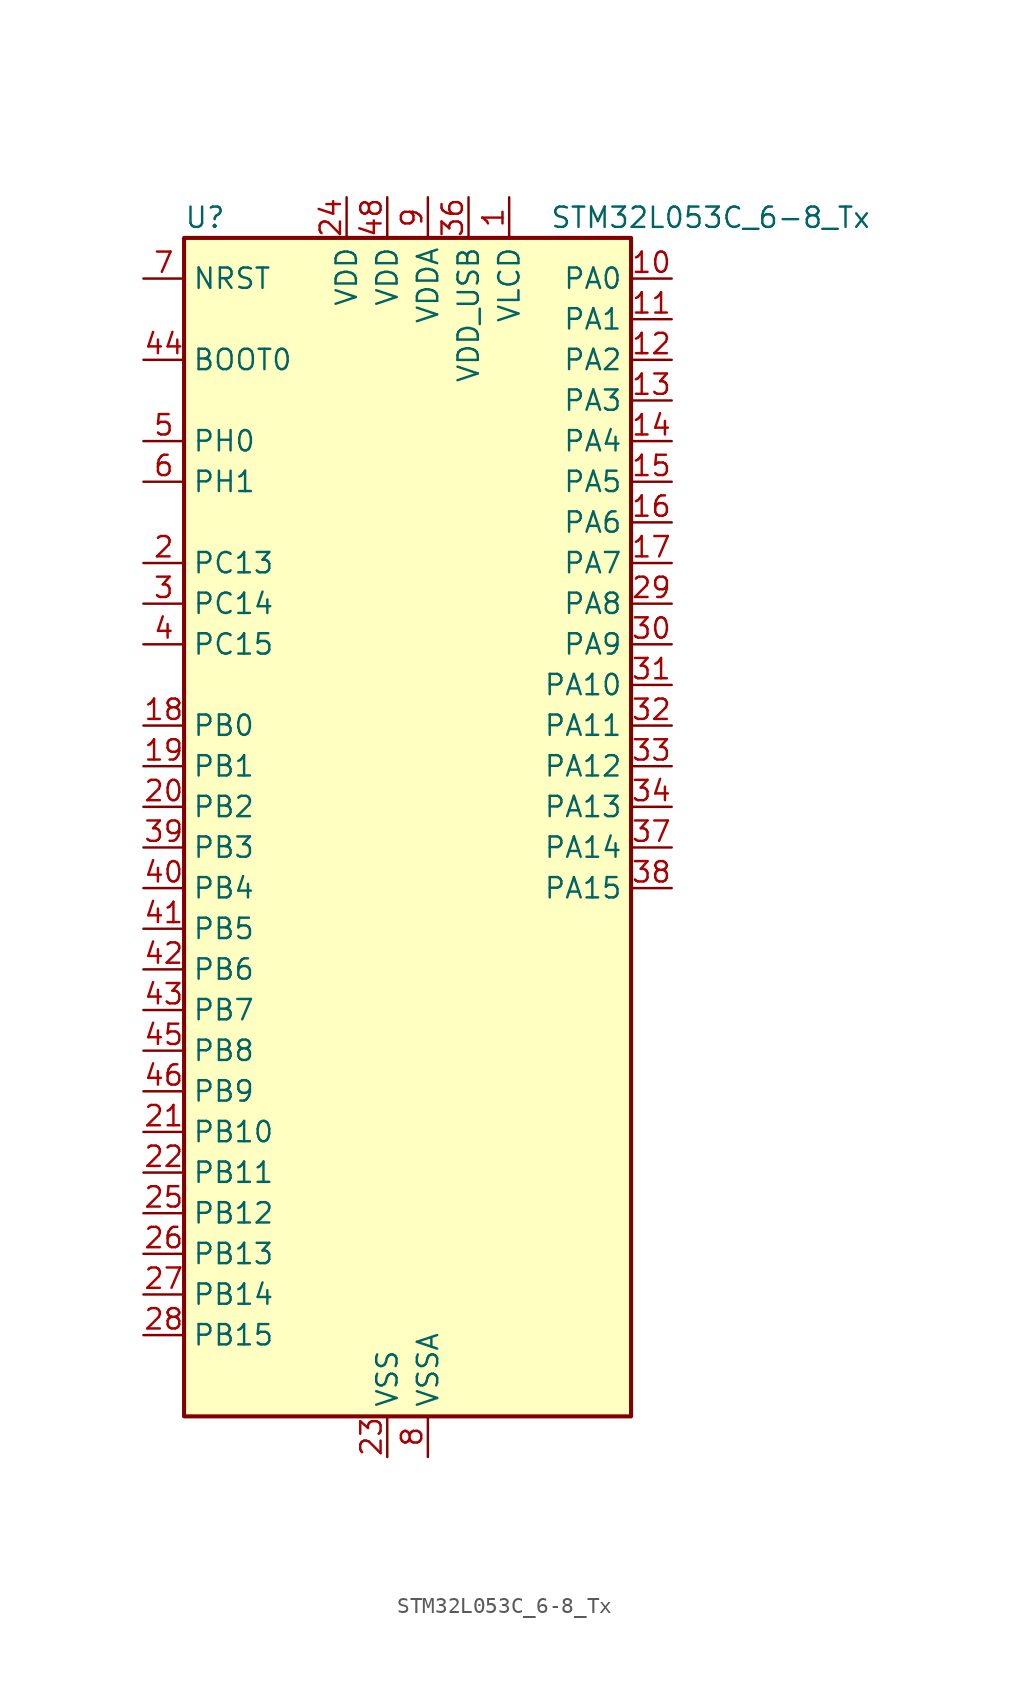
<source format=kicad_sym>
(kicad_symbol_lib
  (version 20220914)
  (generator kicad_symbol_editor)
  (symbol "STM32L053C_6-8_Tx"
    (property "Reference" "U"
      (at -12.7 39.37 0)
      (effects (font (size 1.27 1.27)) (justify left)))
    (property "Value" "STM32L053C_6-8_Tx"
      (at 10.16 39.37 0)
      (effects (font (size 1.27 1.27)) (justify left)))
    (property "ki_locked" ""
      (at 0 0 0)
      (effects (font (size 1.27 1.27))))
    (symbol "STM32L053C_6-8_Tx_0_1"
      (rectangle (start -12.7 -35.56) (end 15.24 38.1) (stroke (width 0.254) (type default)) (fill (type background))))
    (symbol "STM32L053C_6-8_Tx_1_1"
      (pin power_in line (at 7.62 40.64 270) (length 2.54) (name "VLCD" (effects (font (size 1.27 1.27)))) (number "1" (effects (font (size 1.27 1.27)))))
      (pin bidirectional line (at 17.78 35.56 180) (length 2.54) (name "PA0" (effects (font (size 1.27 1.27)))) (number "10" (effects (font (size 1.27 1.27)))) (alternate "ADC_IN0" bidirectional line) (alternate "COMP1_INM" bidirectional line) (alternate "COMP1_OUT" bidirectional line) (alternate "RTC_TAMP2" bidirectional line) (alternate "SYS_WKUP1" bidirectional line) (alternate "TIM2_CH1" bidirectional line) (alternate "TIM2_ETR" bidirectional line) (alternate "TSC_G1_IO1" bidirectional line) (alternate "USART2_CTS" bidirectional line))
      (pin bidirectional line (at 17.78 33.02 180) (length 2.54) (name "PA1" (effects (font (size 1.27 1.27)))) (number "11" (effects (font (size 1.27 1.27)))) (alternate "ADC_IN1" bidirectional line) (alternate "COMP1_INP" bidirectional line) (alternate "LCD_SEG0" bidirectional line) (alternate "TIM21_ETR" bidirectional line) (alternate "TIM2_CH2" bidirectional line) (alternate "TSC_G1_IO2" bidirectional line) (alternate "USART2_DE" bidirectional line) (alternate "USART2_RTS" bidirectional line))
      (pin bidirectional line (at 17.78 30.48 180) (length 2.54) (name "PA2" (effects (font (size 1.27 1.27)))) (number "12" (effects (font (size 1.27 1.27)))) (alternate "ADC_IN2" bidirectional line) (alternate "COMP2_INM" bidirectional line) (alternate "COMP2_OUT" bidirectional line) (alternate "LCD_SEG1" bidirectional line) (alternate "TIM21_CH1" bidirectional line) (alternate "TIM2_CH3" bidirectional line) (alternate "TSC_G1_IO3" bidirectional line) (alternate "USART2_TX" bidirectional line))
      (pin bidirectional line (at 17.78 27.94 180) (length 2.54) (name "PA3" (effects (font (size 1.27 1.27)))) (number "13" (effects (font (size 1.27 1.27)))) (alternate "ADC_IN3" bidirectional line) (alternate "COMP2_INP" bidirectional line) (alternate "LCD_SEG2" bidirectional line) (alternate "TIM21_CH2" bidirectional line) (alternate "TIM2_CH4" bidirectional line) (alternate "TSC_G1_IO4" bidirectional line) (alternate "USART2_RX" bidirectional line))
      (pin bidirectional line (at 17.78 25.4 180) (length 2.54) (name "PA4" (effects (font (size 1.27 1.27)))) (number "14" (effects (font (size 1.27 1.27)))) (alternate "ADC_IN4" bidirectional line) (alternate "COMP1_INM" bidirectional line) (alternate "COMP2_INM" bidirectional line) (alternate "DAC_OUT1" bidirectional line) (alternate "SPI1_NSS" bidirectional line) (alternate "TIM22_ETR" bidirectional line) (alternate "TSC_G2_IO1" bidirectional line) (alternate "USART2_CK" bidirectional line))
      (pin bidirectional line (at 17.78 22.86 180) (length 2.54) (name "PA5" (effects (font (size 1.27 1.27)))) (number "15" (effects (font (size 1.27 1.27)))) (alternate "ADC_IN5" bidirectional line) (alternate "COMP1_INM" bidirectional line) (alternate "COMP2_INM" bidirectional line) (alternate "SPI1_SCK" bidirectional line) (alternate "TIM2_CH1" bidirectional line) (alternate "TIM2_ETR" bidirectional line) (alternate "TSC_G2_IO2" bidirectional line))
      (pin bidirectional line (at 17.78 20.32 180) (length 2.54) (name "PA6" (effects (font (size 1.27 1.27)))) (number "16" (effects (font (size 1.27 1.27)))) (alternate "ADC_IN6" bidirectional line) (alternate "COMP1_OUT" bidirectional line) (alternate "LCD_SEG3" bidirectional line) (alternate "LPUART1_CTS" bidirectional line) (alternate "SPI1_MISO" bidirectional line) (alternate "TIM22_CH1" bidirectional line) (alternate "TSC_G2_IO3" bidirectional line))
      (pin bidirectional line (at 17.78 17.78 180) (length 2.54) (name "PA7" (effects (font (size 1.27 1.27)))) (number "17" (effects (font (size 1.27 1.27)))) (alternate "ADC_IN7" bidirectional line) (alternate "COMP2_OUT" bidirectional line) (alternate "LCD_SEG4" bidirectional line) (alternate "SPI1_MOSI" bidirectional line) (alternate "TIM22_CH2" bidirectional line) (alternate "TSC_G2_IO4" bidirectional line))
      (pin bidirectional line (at -15.24 7.62 0) (length 2.54) (name "PB0" (effects (font (size 1.27 1.27)))) (number "18" (effects (font (size 1.27 1.27)))) (alternate "ADC_IN8" bidirectional line) (alternate "LCD_SEG5" bidirectional line) (alternate "LCD_VLCD3" bidirectional line) (alternate "SYS_VREF_OUT_PB0" bidirectional line) (alternate "TSC_G3_IO2" bidirectional line))
      (pin bidirectional line (at -15.24 5.08 0) (length 2.54) (name "PB1" (effects (font (size 1.27 1.27)))) (number "19" (effects (font (size 1.27 1.27)))) (alternate "ADC_IN9" bidirectional line) (alternate "LCD_SEG6" bidirectional line) (alternate "LPUART1_DE" bidirectional line) (alternate "LPUART1_RTS" bidirectional line) (alternate "SYS_VREF_OUT_PB1" bidirectional line) (alternate "TSC_G3_IO3" bidirectional line))
      (pin bidirectional line (at -15.24 17.78 0) (length 2.54) (name "PC13" (effects (font (size 1.27 1.27)))) (number "2" (effects (font (size 1.27 1.27)))) (alternate "RTC_OUT_ALARM" bidirectional line) (alternate "RTC_OUT_CALIB" bidirectional line) (alternate "RTC_TAMP1" bidirectional line) (alternate "RTC_TS" bidirectional line) (alternate "SYS_WKUP2" bidirectional line))
      (pin bidirectional line (at -15.24 2.54 0) (length 2.54) (name "PB2" (effects (font (size 1.27 1.27)))) (number "20" (effects (font (size 1.27 1.27)))) (alternate "LCD_VLCD1" bidirectional line) (alternate "LPTIM1_OUT" bidirectional line) (alternate "TSC_G3_IO4" bidirectional line))
      (pin bidirectional line (at -15.24 -17.78 0) (length 2.54) (name "PB10" (effects (font (size 1.27 1.27)))) (number "21" (effects (font (size 1.27 1.27)))) (alternate "I2C2_SCL" bidirectional line) (alternate "LCD_SEG10" bidirectional line) (alternate "LPUART1_TX" bidirectional line) (alternate "SPI2_SCK" bidirectional line) (alternate "TIM2_CH3" bidirectional line) (alternate "TSC_SYNC" bidirectional line))
      (pin bidirectional line (at -15.24 -20.32 0) (length 2.54) (name "PB11" (effects (font (size 1.27 1.27)))) (number "22" (effects (font (size 1.27 1.27)))) (alternate "ADC_EXTI11" bidirectional line) (alternate "I2C2_SDA" bidirectional line) (alternate "LCD_SEG11" bidirectional line) (alternate "LPUART1_RX" bidirectional line) (alternate "TIM2_CH4" bidirectional line) (alternate "TSC_G6_IO1" bidirectional line))
      (pin power_in line (at 0 -38.1 90) (length 2.54) (name "VSS" (effects (font (size 1.27 1.27)))) (number "23" (effects (font (size 1.27 1.27)))))
      (pin power_in line (at -2.54 40.64 270) (length 2.54) (name "VDD" (effects (font (size 1.27 1.27)))) (number "24" (effects (font (size 1.27 1.27)))))
      (pin bidirectional line (at -15.24 -22.86 0) (length 2.54) (name "PB12" (effects (font (size 1.27 1.27)))) (number "25" (effects (font (size 1.27 1.27)))) (alternate "I2S2_WS" bidirectional line) (alternate "LCD_SEG12" bidirectional line) (alternate "LCD_VLCD2" bidirectional line) (alternate "LPUART1_DE" bidirectional line) (alternate "LPUART1_RTS" bidirectional line) (alternate "SPI2_NSS" bidirectional line) (alternate "TSC_G6_IO2" bidirectional line))
      (pin bidirectional line (at -15.24 -25.4 0) (length 2.54) (name "PB13" (effects (font (size 1.27 1.27)))) (number "26" (effects (font (size 1.27 1.27)))) (alternate "I2C2_SCL" bidirectional line) (alternate "I2S2_CK" bidirectional line) (alternate "LCD_SEG13" bidirectional line) (alternate "LPUART1_CTS" bidirectional line) (alternate "SPI2_SCK" bidirectional line) (alternate "TIM21_CH1" bidirectional line) (alternate "TSC_G6_IO3" bidirectional line))
      (pin bidirectional line (at -15.24 -27.94 0) (length 2.54) (name "PB14" (effects (font (size 1.27 1.27)))) (number "27" (effects (font (size 1.27 1.27)))) (alternate "I2C2_SDA" bidirectional line) (alternate "I2S2_MCK" bidirectional line) (alternate "LCD_SEG14" bidirectional line) (alternate "LPUART1_DE" bidirectional line) (alternate "LPUART1_RTS" bidirectional line) (alternate "RTC_OUT_ALARM" bidirectional line) (alternate "RTC_OUT_CALIB" bidirectional line) (alternate "SPI2_MISO" bidirectional line) (alternate "TIM21_CH2" bidirectional line) (alternate "TSC_G6_IO4" bidirectional line))
      (pin bidirectional line (at -15.24 -30.48 0) (length 2.54) (name "PB15" (effects (font (size 1.27 1.27)))) (number "28" (effects (font (size 1.27 1.27)))) (alternate "I2S2_SD" bidirectional line) (alternate "LCD_SEG15" bidirectional line) (alternate "RTC_REFIN" bidirectional line) (alternate "SPI2_MOSI" bidirectional line))
      (pin bidirectional line (at 17.78 15.24 180) (length 2.54) (name "PA8" (effects (font (size 1.27 1.27)))) (number "29" (effects (font (size 1.27 1.27)))) (alternate "CRS_SYNC" bidirectional line) (alternate "LCD_COM0" bidirectional line) (alternate "RCC_MCO" bidirectional line) (alternate "USART1_CK" bidirectional line))
      (pin bidirectional line (at -15.24 15.24 0) (length 2.54) (name "PC14" (effects (font (size 1.27 1.27)))) (number "3" (effects (font (size 1.27 1.27)))) (alternate "RCC_OSC32_IN" bidirectional line))
      (pin bidirectional line (at 17.78 12.7 180) (length 2.54) (name "PA9" (effects (font (size 1.27 1.27)))) (number "30" (effects (font (size 1.27 1.27)))) (alternate "DAC_EXTI9" bidirectional line) (alternate "LCD_COM1" bidirectional line) (alternate "RCC_MCO" bidirectional line) (alternate "TSC_G4_IO1" bidirectional line) (alternate "USART1_TX" bidirectional line))
      (pin bidirectional line (at 17.78 10.16 180) (length 2.54) (name "PA10" (effects (font (size 1.27 1.27)))) (number "31" (effects (font (size 1.27 1.27)))) (alternate "LCD_COM2" bidirectional line) (alternate "TSC_G4_IO2" bidirectional line) (alternate "USART1_RX" bidirectional line))
      (pin bidirectional line (at 17.78 7.62 180) (length 2.54) (name "PA11" (effects (font (size 1.27 1.27)))) (number "32" (effects (font (size 1.27 1.27)))) (alternate "ADC_EXTI11" bidirectional line) (alternate "COMP1_OUT" bidirectional line) (alternate "SPI1_MISO" bidirectional line) (alternate "TSC_G4_IO3" bidirectional line) (alternate "USART1_CTS" bidirectional line) (alternate "USB_DM" bidirectional line))
      (pin bidirectional line (at 17.78 5.08 180) (length 2.54) (name "PA12" (effects (font (size 1.27 1.27)))) (number "33" (effects (font (size 1.27 1.27)))) (alternate "COMP2_OUT" bidirectional line) (alternate "SPI1_MOSI" bidirectional line) (alternate "TSC_G4_IO4" bidirectional line) (alternate "USART1_DE" bidirectional line) (alternate "USART1_RTS" bidirectional line) (alternate "USB_DP" bidirectional line))
      (pin bidirectional line (at 17.78 2.54 180) (length 2.54) (name "PA13" (effects (font (size 1.27 1.27)))) (number "34" (effects (font (size 1.27 1.27)))) (alternate "SYS_SWDIO" bidirectional line) (alternate "USB_NOE" bidirectional line))
      (pin passive line (at 0 -38.1 90) (length 2.54) hide (name "VSS" (effects (font (size 1.27 1.27)))) (number "35" (effects (font (size 1.27 1.27)))))
      (pin power_in line (at 5.08 40.64 270) (length 2.54) (name "VDD_USB" (effects (font (size 1.27 1.27)))) (number "36" (effects (font (size 1.27 1.27)))))
      (pin bidirectional line (at 17.78 0 180) (length 2.54) (name "PA14" (effects (font (size 1.27 1.27)))) (number "37" (effects (font (size 1.27 1.27)))) (alternate "SYS_SWCLK" bidirectional line) (alternate "USART2_TX" bidirectional line))
      (pin bidirectional line (at 17.78 -2.54 180) (length 2.54) (name "PA15" (effects (font (size 1.27 1.27)))) (number "38" (effects (font (size 1.27 1.27)))) (alternate "LCD_SEG17" bidirectional line) (alternate "SPI1_NSS" bidirectional line) (alternate "TIM2_CH1" bidirectional line) (alternate "TIM2_ETR" bidirectional line) (alternate "USART2_RX" bidirectional line))
      (pin bidirectional line (at -15.24 0 0) (length 2.54) (name "PB3" (effects (font (size 1.27 1.27)))) (number "39" (effects (font (size 1.27 1.27)))) (alternate "COMP2_INM" bidirectional line) (alternate "LCD_SEG7" bidirectional line) (alternate "SPI1_SCK" bidirectional line) (alternate "TIM2_CH2" bidirectional line) (alternate "TSC_G5_IO1" bidirectional line))
      (pin bidirectional line (at -15.24 12.7 0) (length 2.54) (name "PC15" (effects (font (size 1.27 1.27)))) (number "4" (effects (font (size 1.27 1.27)))) (alternate "RCC_OSC32_OUT" bidirectional line))
      (pin bidirectional line (at -15.24 -2.54 0) (length 2.54) (name "PB4" (effects (font (size 1.27 1.27)))) (number "40" (effects (font (size 1.27 1.27)))) (alternate "COMP2_INP" bidirectional line) (alternate "LCD_SEG8" bidirectional line) (alternate "SPI1_MISO" bidirectional line) (alternate "TIM22_CH1" bidirectional line) (alternate "TSC_G5_IO2" bidirectional line))
      (pin bidirectional line (at -15.24 -5.08 0) (length 2.54) (name "PB5" (effects (font (size 1.27 1.27)))) (number "41" (effects (font (size 1.27 1.27)))) (alternate "COMP2_INP" bidirectional line) (alternate "I2C1_SMBA" bidirectional line) (alternate "LCD_SEG9" bidirectional line) (alternate "LPTIM1_IN1" bidirectional line) (alternate "SPI1_MOSI" bidirectional line) (alternate "TIM22_CH2" bidirectional line))
      (pin bidirectional line (at -15.24 -7.62 0) (length 2.54) (name "PB6" (effects (font (size 1.27 1.27)))) (number "42" (effects (font (size 1.27 1.27)))) (alternate "COMP2_INP" bidirectional line) (alternate "I2C1_SCL" bidirectional line) (alternate "LPTIM1_ETR" bidirectional line) (alternate "TSC_G5_IO3" bidirectional line) (alternate "USART1_TX" bidirectional line))
      (pin bidirectional line (at -15.24 -10.16 0) (length 2.54) (name "PB7" (effects (font (size 1.27 1.27)))) (number "43" (effects (font (size 1.27 1.27)))) (alternate "COMP2_INP" bidirectional line) (alternate "I2C1_SDA" bidirectional line) (alternate "LPTIM1_IN2" bidirectional line) (alternate "SYS_PVD_IN" bidirectional line) (alternate "TSC_G5_IO4" bidirectional line) (alternate "USART1_RX" bidirectional line))
      (pin input line (at -15.24 30.48 0) (length 2.54) (name "BOOT0" (effects (font (size 1.27 1.27)))) (number "44" (effects (font (size 1.27 1.27)))))
      (pin bidirectional line (at -15.24 -12.7 0) (length 2.54) (name "PB8" (effects (font (size 1.27 1.27)))) (number "45" (effects (font (size 1.27 1.27)))) (alternate "I2C1_SCL" bidirectional line) (alternate "LCD_SEG16" bidirectional line) (alternate "TSC_SYNC" bidirectional line))
      (pin bidirectional line (at -15.24 -15.24 0) (length 2.54) (name "PB9" (effects (font (size 1.27 1.27)))) (number "46" (effects (font (size 1.27 1.27)))) (alternate "DAC_EXTI9" bidirectional line) (alternate "I2C1_SDA" bidirectional line) (alternate "I2S2_WS" bidirectional line) (alternate "LCD_COM3" bidirectional line) (alternate "SPI2_NSS" bidirectional line))
      (pin passive line (at 0 -38.1 90) (length 2.54) hide (name "VSS" (effects (font (size 1.27 1.27)))) (number "47" (effects (font (size 1.27 1.27)))))
      (pin power_in line (at 0 40.64 270) (length 2.54) (name "VDD" (effects (font (size 1.27 1.27)))) (number "48" (effects (font (size 1.27 1.27)))))
      (pin bidirectional line (at -15.24 25.4 0) (length 2.54) (name "PH0" (effects (font (size 1.27 1.27)))) (number "5" (effects (font (size 1.27 1.27)))) (alternate "CRS_SYNC" bidirectional line) (alternate "RCC_OSC_IN" bidirectional line))
      (pin bidirectional line (at -15.24 22.86 0) (length 2.54) (name "PH1" (effects (font (size 1.27 1.27)))) (number "6" (effects (font (size 1.27 1.27)))) (alternate "RCC_OSC_OUT" bidirectional line))
      (pin input line (at -15.24 35.56 0) (length 2.54) (name "NRST" (effects (font (size 1.27 1.27)))) (number "7" (effects (font (size 1.27 1.27)))))
      (pin power_in line (at 2.54 -38.1 90) (length 2.54) (name "VSSA" (effects (font (size 1.27 1.27)))) (number "8" (effects (font (size 1.27 1.27)))))
      (pin power_in line (at 2.54 40.64 270) (length 2.54) (name "VDDA" (effects (font (size 1.27 1.27)))) (number "9" (effects (font (size 1.27 1.27))))))))
</source>
